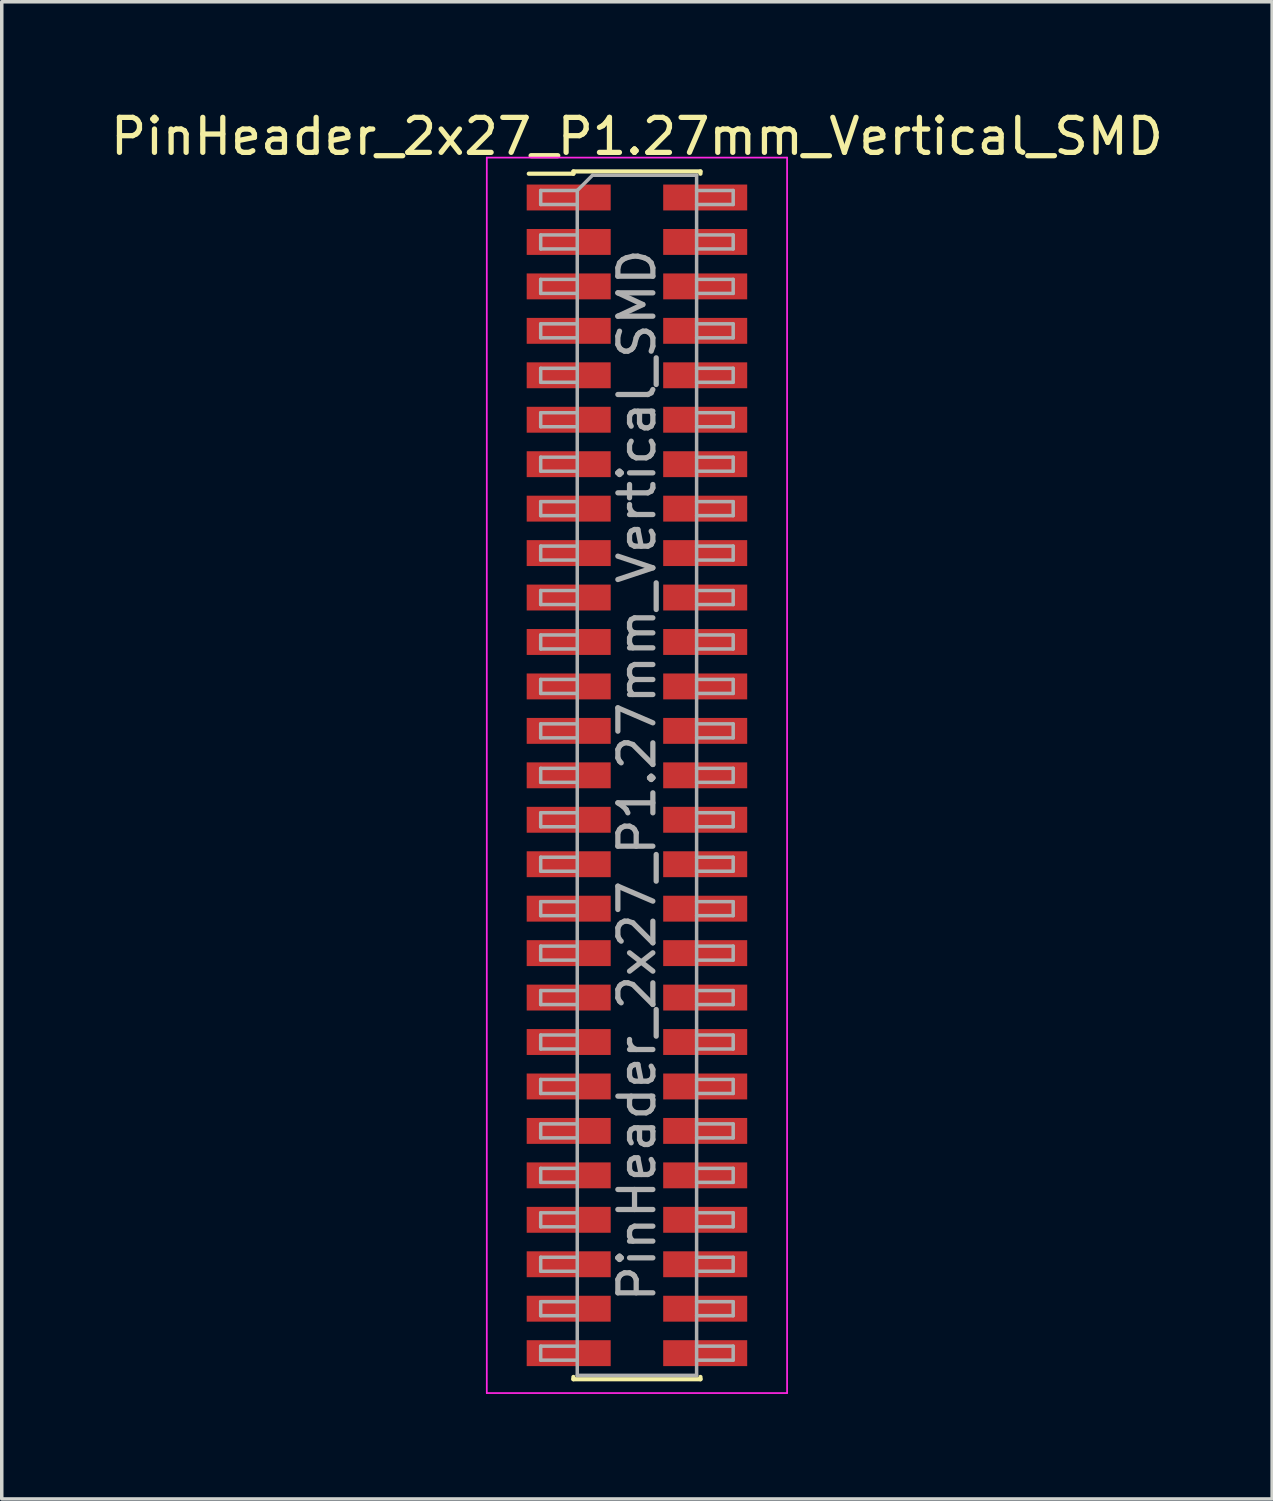
<source format=kicad_pcb>
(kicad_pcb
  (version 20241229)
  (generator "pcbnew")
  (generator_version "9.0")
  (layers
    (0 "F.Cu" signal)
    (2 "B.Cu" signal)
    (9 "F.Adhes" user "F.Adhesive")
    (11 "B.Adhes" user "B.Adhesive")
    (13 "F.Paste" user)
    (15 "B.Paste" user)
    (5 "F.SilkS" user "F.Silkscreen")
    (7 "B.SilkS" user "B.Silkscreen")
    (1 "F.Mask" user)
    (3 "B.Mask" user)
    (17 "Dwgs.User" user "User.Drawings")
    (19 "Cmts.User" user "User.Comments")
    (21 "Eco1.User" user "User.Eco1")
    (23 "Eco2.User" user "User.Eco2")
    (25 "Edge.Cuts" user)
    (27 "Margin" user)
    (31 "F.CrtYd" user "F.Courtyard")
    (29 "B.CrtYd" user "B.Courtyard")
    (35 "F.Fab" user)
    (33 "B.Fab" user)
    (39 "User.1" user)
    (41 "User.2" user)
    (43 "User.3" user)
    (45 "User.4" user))
  (footprint "PinHeader_2x27_P1.27mm_Vertical_SMD"
    (layer "F.Cu")
    (at 15.149 19.103)
    (property "Reference" "PinHeader_2x27_P1.27mm_Vertical_SMD" (at 0 -18.255 0) (layer "F.SilkS") (effects (font (size 1 1) (thickness 0.15))))
    (attr smd)
    (fp_line (start -3.09 -17.19) (end -1.815 -17.19) (stroke (width 0.12) (type solid)) (layer "F.SilkS"))
    (fp_line (start -1.815 -17.255) (end -1.815 -17.19) (stroke (width 0.12) (type solid)) (layer "F.SilkS"))
    (fp_line (start -1.815 -17.255) (end 1.815 -17.255) (stroke (width 0.12) (type solid)) (layer "F.SilkS"))
    (fp_line (start -1.815 17.19) (end -1.815 17.255) (stroke (width 0.12) (type solid)) (layer "F.SilkS"))
    (fp_line (start -1.815 17.255) (end 1.815 17.255) (stroke (width 0.12) (type solid)) (layer "F.SilkS"))
    (fp_line (start 1.815 -17.255) (end 1.815 -17.19) (stroke (width 0.12) (type solid)) (layer "F.SilkS"))
    (fp_line (start 1.815 17.19) (end 1.815 17.255) (stroke (width 0.12) (type solid)) (layer "F.SilkS"))
    (fp_line (start -4.29 -17.65) (end -4.29 17.65) (stroke (width 0.05) (type solid)) (layer "F.CrtYd"))
    (fp_line (start -4.29 17.65) (end 4.29 17.65) (stroke (width 0.05) (type solid)) (layer "F.CrtYd"))
    (fp_line (start 4.29 -17.65) (end -4.29 -17.65) (stroke (width 0.05) (type solid)) (layer "F.CrtYd"))
    (fp_line (start 4.29 17.65) (end 4.29 -17.65) (stroke (width 0.05) (type solid)) (layer "F.CrtYd"))
    (fp_line (start -2.75 -16.71) (end -2.75 -16.31) (stroke (width 0.1) (type solid)) (layer "F.Fab"))
    (fp_line (start -2.75 -16.31) (end -1.705 -16.31) (stroke (width 0.1) (type solid)) (layer "F.Fab"))
    (fp_line (start -2.75 -15.44) (end -2.75 -15.04) (stroke (width 0.1) (type solid)) (layer "F.Fab"))
    (fp_line (start -2.75 -15.04) (end -1.705 -15.04) (stroke (width 0.1) (type solid)) (layer "F.Fab"))
    (fp_line (start -2.75 -14.17) (end -2.75 -13.77) (stroke (width 0.1) (type solid)) (layer "F.Fab"))
    (fp_line (start -2.75 -13.77) (end -1.705 -13.77) (stroke (width 0.1) (type solid)) (layer "F.Fab"))
    (fp_line (start -2.75 -12.9) (end -2.75 -12.5) (stroke (width 0.1) (type solid)) (layer "F.Fab"))
    (fp_line (start -2.75 -12.5) (end -1.705 -12.5) (stroke (width 0.1) (type solid)) (layer "F.Fab"))
    (fp_line (start -2.75 -11.63) (end -2.75 -11.23) (stroke (width 0.1) (type solid)) (layer "F.Fab"))
    (fp_line (start -2.75 -11.23) (end -1.705 -11.23) (stroke (width 0.1) (type solid)) (layer "F.Fab"))
    (fp_line (start -2.75 -10.36) (end -2.75 -9.96) (stroke (width 0.1) (type solid)) (layer "F.Fab"))
    (fp_line (start -2.75 -9.96) (end -1.705 -9.96) (stroke (width 0.1) (type solid)) (layer "F.Fab"))
    (fp_line (start -2.75 -9.09) (end -2.75 -8.69) (stroke (width 0.1) (type solid)) (layer "F.Fab"))
    (fp_line (start -2.75 -8.69) (end -1.705 -8.69) (stroke (width 0.1) (type solid)) (layer "F.Fab"))
    (fp_line (start -2.75 -7.82) (end -2.75 -7.42) (stroke (width 0.1) (type solid)) (layer "F.Fab"))
    (fp_line (start -2.75 -7.42) (end -1.705 -7.42) (stroke (width 0.1) (type solid)) (layer "F.Fab"))
    (fp_line (start -2.75 -6.55) (end -2.75 -6.15) (stroke (width 0.1) (type solid)) (layer "F.Fab"))
    (fp_line (start -2.75 -6.15) (end -1.705 -6.15) (stroke (width 0.1) (type solid)) (layer "F.Fab"))
    (fp_line (start -2.75 -5.28) (end -2.75 -4.88) (stroke (width 0.1) (type solid)) (layer "F.Fab"))
    (fp_line (start -2.75 -4.88) (end -1.705 -4.88) (stroke (width 0.1) (type solid)) (layer "F.Fab"))
    (fp_line (start -2.75 -4.01) (end -2.75 -3.61) (stroke (width 0.1) (type solid)) (layer "F.Fab"))
    (fp_line (start -2.75 -3.61) (end -1.705 -3.61) (stroke (width 0.1) (type solid)) (layer "F.Fab"))
    (fp_line (start -2.75 -2.74) (end -2.75 -2.34) (stroke (width 0.1) (type solid)) (layer "F.Fab"))
    (fp_line (start -2.75 -2.34) (end -1.705 -2.34) (stroke (width 0.1) (type solid)) (layer "F.Fab"))
    (fp_line (start -2.75 -1.47) (end -2.75 -1.07) (stroke (width 0.1) (type solid)) (layer "F.Fab"))
    (fp_line (start -2.75 -1.07) (end -1.705 -1.07) (stroke (width 0.1) (type solid)) (layer "F.Fab"))
    (fp_line (start -2.75 -0.2) (end -2.75 0.2) (stroke (width 0.1) (type solid)) (layer "F.Fab"))
    (fp_line (start -2.75 0.2) (end -1.705 0.2) (stroke (width 0.1) (type solid)) (layer "F.Fab"))
    (fp_line (start -2.75 1.07) (end -2.75 1.47) (stroke (width 0.1) (type solid)) (layer "F.Fab"))
    (fp_line (start -2.75 1.47) (end -1.705 1.47) (stroke (width 0.1) (type solid)) (layer "F.Fab"))
    (fp_line (start -2.75 2.34) (end -2.75 2.74) (stroke (width 0.1) (type solid)) (layer "F.Fab"))
    (fp_line (start -2.75 2.74) (end -1.705 2.74) (stroke (width 0.1) (type solid)) (layer "F.Fab"))
    (fp_line (start -2.75 3.61) (end -2.75 4.01) (stroke (width 0.1) (type solid)) (layer "F.Fab"))
    (fp_line (start -2.75 4.01) (end -1.705 4.01) (stroke (width 0.1) (type solid)) (layer "F.Fab"))
    (fp_line (start -2.75 4.88) (end -2.75 5.28) (stroke (width 0.1) (type solid)) (layer "F.Fab"))
    (fp_line (start -2.75 5.28) (end -1.705 5.28) (stroke (width 0.1) (type solid)) (layer "F.Fab"))
    (fp_line (start -2.75 6.15) (end -2.75 6.55) (stroke (width 0.1) (type solid)) (layer "F.Fab"))
    (fp_line (start -2.75 6.55) (end -1.705 6.55) (stroke (width 0.1) (type solid)) (layer "F.Fab"))
    (fp_line (start -2.75 7.42) (end -2.75 7.82) (stroke (width 0.1) (type solid)) (layer "F.Fab"))
    (fp_line (start -2.75 7.82) (end -1.705 7.82) (stroke (width 0.1) (type solid)) (layer "F.Fab"))
    (fp_line (start -2.75 8.69) (end -2.75 9.09) (stroke (width 0.1) (type solid)) (layer "F.Fab"))
    (fp_line (start -2.75 9.09) (end -1.705 9.09) (stroke (width 0.1) (type solid)) (layer "F.Fab"))
    (fp_line (start -2.75 9.96) (end -2.75 10.36) (stroke (width 0.1) (type solid)) (layer "F.Fab"))
    (fp_line (start -2.75 10.36) (end -1.705 10.36) (stroke (width 0.1) (type solid)) (layer "F.Fab"))
    (fp_line (start -2.75 11.23) (end -2.75 11.63) (stroke (width 0.1) (type solid)) (layer "F.Fab"))
    (fp_line (start -2.75 11.63) (end -1.705 11.63) (stroke (width 0.1) (type solid)) (layer "F.Fab"))
    (fp_line (start -2.75 12.5) (end -2.75 12.9) (stroke (width 0.1) (type solid)) (layer "F.Fab"))
    (fp_line (start -2.75 12.9) (end -1.705 12.9) (stroke (width 0.1) (type solid)) (layer "F.Fab"))
    (fp_line (start -2.75 13.77) (end -2.75 14.17) (stroke (width 0.1) (type solid)) (layer "F.Fab"))
    (fp_line (start -2.75 14.17) (end -1.705 14.17) (stroke (width 0.1) (type solid)) (layer "F.Fab"))
    (fp_line (start -2.75 15.04) (end -2.75 15.44) (stroke (width 0.1) (type solid)) (layer "F.Fab"))
    (fp_line (start -2.75 15.44) (end -1.705 15.44) (stroke (width 0.1) (type solid)) (layer "F.Fab"))
    (fp_line (start -2.75 16.31) (end -2.75 16.71) (stroke (width 0.1) (type solid)) (layer "F.Fab"))
    (fp_line (start -2.75 16.71) (end -1.705 16.71) (stroke (width 0.1) (type solid)) (layer "F.Fab"))
    (fp_line (start -1.705 -16.71) (end -2.75 -16.71) (stroke (width 0.1) (type solid)) (layer "F.Fab"))
    (fp_line (start -1.705 -16.71) (end -1.27 -17.145) (stroke (width 0.1) (type solid)) (layer "F.Fab"))
    (fp_line (start -1.705 -15.44) (end -2.75 -15.44) (stroke (width 0.1) (type solid)) (layer "F.Fab"))
    (fp_line (start -1.705 -14.17) (end -2.75 -14.17) (stroke (width 0.1) (type solid)) (layer "F.Fab"))
    (fp_line (start -1.705 -12.9) (end -2.75 -12.9) (stroke (width 0.1) (type solid)) (layer "F.Fab"))
    (fp_line (start -1.705 -11.63) (end -2.75 -11.63) (stroke (width 0.1) (type solid)) (layer "F.Fab"))
    (fp_line (start -1.705 -10.36) (end -2.75 -10.36) (stroke (width 0.1) (type solid)) (layer "F.Fab"))
    (fp_line (start -1.705 -9.09) (end -2.75 -9.09) (stroke (width 0.1) (type solid)) (layer "F.Fab"))
    (fp_line (start -1.705 -7.82) (end -2.75 -7.82) (stroke (width 0.1) (type solid)) (layer "F.Fab"))
    (fp_line (start -1.705 -6.55) (end -2.75 -6.55) (stroke (width 0.1) (type solid)) (layer "F.Fab"))
    (fp_line (start -1.705 -5.28) (end -2.75 -5.28) (stroke (width 0.1) (type solid)) (layer "F.Fab"))
    (fp_line (start -1.705 -4.01) (end -2.75 -4.01) (stroke (width 0.1) (type solid)) (layer "F.Fab"))
    (fp_line (start -1.705 -2.74) (end -2.75 -2.74) (stroke (width 0.1) (type solid)) (layer "F.Fab"))
    (fp_line (start -1.705 -1.47) (end -2.75 -1.47) (stroke (width 0.1) (type solid)) (layer "F.Fab"))
    (fp_line (start -1.705 -0.2) (end -2.75 -0.2) (stroke (width 0.1) (type solid)) (layer "F.Fab"))
    (fp_line (start -1.705 1.07) (end -2.75 1.07) (stroke (width 0.1) (type solid)) (layer "F.Fab"))
    (fp_line (start -1.705 2.34) (end -2.75 2.34) (stroke (width 0.1) (type solid)) (layer "F.Fab"))
    (fp_line (start -1.705 3.61) (end -2.75 3.61) (stroke (width 0.1) (type solid)) (layer "F.Fab"))
    (fp_line (start -1.705 4.88) (end -2.75 4.88) (stroke (width 0.1) (type solid)) (layer "F.Fab"))
    (fp_line (start -1.705 6.15) (end -2.75 6.15) (stroke (width 0.1) (type solid)) (layer "F.Fab"))
    (fp_line (start -1.705 7.42) (end -2.75 7.42) (stroke (width 0.1) (type solid)) (layer "F.Fab"))
    (fp_line (start -1.705 8.69) (end -2.75 8.69) (stroke (width 0.1) (type solid)) (layer "F.Fab"))
    (fp_line (start -1.705 9.96) (end -2.75 9.96) (stroke (width 0.1) (type solid)) (layer "F.Fab"))
    (fp_line (start -1.705 11.23) (end -2.75 11.23) (stroke (width 0.1) (type solid)) (layer "F.Fab"))
    (fp_line (start -1.705 12.5) (end -2.75 12.5) (stroke (width 0.1) (type solid)) (layer "F.Fab"))
    (fp_line (start -1.705 13.77) (end -2.75 13.77) (stroke (width 0.1) (type solid)) (layer "F.Fab"))
    (fp_line (start -1.705 15.04) (end -2.75 15.04) (stroke (width 0.1) (type solid)) (layer "F.Fab"))
    (fp_line (start -1.705 16.31) (end -2.75 16.31) (stroke (width 0.1) (type solid)) (layer "F.Fab"))
    (fp_line (start -1.705 17.145) (end -1.705 -16.71) (stroke (width 0.1) (type solid)) (layer "F.Fab"))
    (fp_line (start -1.27 -17.145) (end 1.705 -17.145) (stroke (width 0.1) (type solid)) (layer "F.Fab"))
    (fp_line (start 1.705 -17.145) (end 1.705 17.145) (stroke (width 0.1) (type solid)) (layer "F.Fab"))
    (fp_line (start 1.705 -16.71) (end 2.75 -16.71) (stroke (width 0.1) (type solid)) (layer "F.Fab"))
    (fp_line (start 1.705 -15.44) (end 2.75 -15.44) (stroke (width 0.1) (type solid)) (layer "F.Fab"))
    (fp_line (start 1.705 -14.17) (end 2.75 -14.17) (stroke (width 0.1) (type solid)) (layer "F.Fab"))
    (fp_line (start 1.705 -12.9) (end 2.75 -12.9) (stroke (width 0.1) (type solid)) (layer "F.Fab"))
    (fp_line (start 1.705 -11.63) (end 2.75 -11.63) (stroke (width 0.1) (type solid)) (layer "F.Fab"))
    (fp_line (start 1.705 -10.36) (end 2.75 -10.36) (stroke (width 0.1) (type solid)) (layer "F.Fab"))
    (fp_line (start 1.705 -9.09) (end 2.75 -9.09) (stroke (width 0.1) (type solid)) (layer "F.Fab"))
    (fp_line (start 1.705 -7.82) (end 2.75 -7.82) (stroke (width 0.1) (type solid)) (layer "F.Fab"))
    (fp_line (start 1.705 -6.55) (end 2.75 -6.55) (stroke (width 0.1) (type solid)) (layer "F.Fab"))
    (fp_line (start 1.705 -5.28) (end 2.75 -5.28) (stroke (width 0.1) (type solid)) (layer "F.Fab"))
    (fp_line (start 1.705 -4.01) (end 2.75 -4.01) (stroke (width 0.1) (type solid)) (layer "F.Fab"))
    (fp_line (start 1.705 -2.74) (end 2.75 -2.74) (stroke (width 0.1) (type solid)) (layer "F.Fab"))
    (fp_line (start 1.705 -1.47) (end 2.75 -1.47) (stroke (width 0.1) (type solid)) (layer "F.Fab"))
    (fp_line (start 1.705 -0.2) (end 2.75 -0.2) (stroke (width 0.1) (type solid)) (layer "F.Fab"))
    (fp_line (start 1.705 1.07) (end 2.75 1.07) (stroke (width 0.1) (type solid)) (layer "F.Fab"))
    (fp_line (start 1.705 2.34) (end 2.75 2.34) (stroke (width 0.1) (type solid)) (layer "F.Fab"))
    (fp_line (start 1.705 3.61) (end 2.75 3.61) (stroke (width 0.1) (type solid)) (layer "F.Fab"))
    (fp_line (start 1.705 4.88) (end 2.75 4.88) (stroke (width 0.1) (type solid)) (layer "F.Fab"))
    (fp_line (start 1.705 6.15) (end 2.75 6.15) (stroke (width 0.1) (type solid)) (layer "F.Fab"))
    (fp_line (start 1.705 7.42) (end 2.75 7.42) (stroke (width 0.1) (type solid)) (layer "F.Fab"))
    (fp_line (start 1.705 8.69) (end 2.75 8.69) (stroke (width 0.1) (type solid)) (layer "F.Fab"))
    (fp_line (start 1.705 9.96) (end 2.75 9.96) (stroke (width 0.1) (type solid)) (layer "F.Fab"))
    (fp_line (start 1.705 11.23) (end 2.75 11.23) (stroke (width 0.1) (type solid)) (layer "F.Fab"))
    (fp_line (start 1.705 12.5) (end 2.75 12.5) (stroke (width 0.1) (type solid)) (layer "F.Fab"))
    (fp_line (start 1.705 13.77) (end 2.75 13.77) (stroke (width 0.1) (type solid)) (layer "F.Fab"))
    (fp_line (start 1.705 15.04) (end 2.75 15.04) (stroke (width 0.1) (type solid)) (layer "F.Fab"))
    (fp_line (start 1.705 16.31) (end 2.75 16.31) (stroke (width 0.1) (type solid)) (layer "F.Fab"))
    (fp_line (start 1.705 17.145) (end -1.705 17.145) (stroke (width 0.1) (type solid)) (layer "F.Fab"))
    (fp_line (start 2.75 -16.71) (end 2.75 -16.31) (stroke (width 0.1) (type solid)) (layer "F.Fab"))
    (fp_line (start 2.75 -16.31) (end 1.705 -16.31) (stroke (width 0.1) (type solid)) (layer "F.Fab"))
    (fp_line (start 2.75 -15.44) (end 2.75 -15.04) (stroke (width 0.1) (type solid)) (layer "F.Fab"))
    (fp_line (start 2.75 -15.04) (end 1.705 -15.04) (stroke (width 0.1) (type solid)) (layer "F.Fab"))
    (fp_line (start 2.75 -14.17) (end 2.75 -13.77) (stroke (width 0.1) (type solid)) (layer "F.Fab"))
    (fp_line (start 2.75 -13.77) (end 1.705 -13.77) (stroke (width 0.1) (type solid)) (layer "F.Fab"))
    (fp_line (start 2.75 -12.9) (end 2.75 -12.5) (stroke (width 0.1) (type solid)) (layer "F.Fab"))
    (fp_line (start 2.75 -12.5) (end 1.705 -12.5) (stroke (width 0.1) (type solid)) (layer "F.Fab"))
    (fp_line (start 2.75 -11.63) (end 2.75 -11.23) (stroke (width 0.1) (type solid)) (layer "F.Fab"))
    (fp_line (start 2.75 -11.23) (end 1.705 -11.23) (stroke (width 0.1) (type solid)) (layer "F.Fab"))
    (fp_line (start 2.75 -10.36) (end 2.75 -9.96) (stroke (width 0.1) (type solid)) (layer "F.Fab"))
    (fp_line (start 2.75 -9.96) (end 1.705 -9.96) (stroke (width 0.1) (type solid)) (layer "F.Fab"))
    (fp_line (start 2.75 -9.09) (end 2.75 -8.69) (stroke (width 0.1) (type solid)) (layer "F.Fab"))
    (fp_line (start 2.75 -8.69) (end 1.705 -8.69) (stroke (width 0.1) (type solid)) (layer "F.Fab"))
    (fp_line (start 2.75 -7.82) (end 2.75 -7.42) (stroke (width 0.1) (type solid)) (layer "F.Fab"))
    (fp_line (start 2.75 -7.42) (end 1.705 -7.42) (stroke (width 0.1) (type solid)) (layer "F.Fab"))
    (fp_line (start 2.75 -6.55) (end 2.75 -6.15) (stroke (width 0.1) (type solid)) (layer "F.Fab"))
    (fp_line (start 2.75 -6.15) (end 1.705 -6.15) (stroke (width 0.1) (type solid)) (layer "F.Fab"))
    (fp_line (start 2.75 -5.28) (end 2.75 -4.88) (stroke (width 0.1) (type solid)) (layer "F.Fab"))
    (fp_line (start 2.75 -4.88) (end 1.705 -4.88) (stroke (width 0.1) (type solid)) (layer "F.Fab"))
    (fp_line (start 2.75 -4.01) (end 2.75 -3.61) (stroke (width 0.1) (type solid)) (layer "F.Fab"))
    (fp_line (start 2.75 -3.61) (end 1.705 -3.61) (stroke (width 0.1) (type solid)) (layer "F.Fab"))
    (fp_line (start 2.75 -2.74) (end 2.75 -2.34) (stroke (width 0.1) (type solid)) (layer "F.Fab"))
    (fp_line (start 2.75 -2.34) (end 1.705 -2.34) (stroke (width 0.1) (type solid)) (layer "F.Fab"))
    (fp_line (start 2.75 -1.47) (end 2.75 -1.07) (stroke (width 0.1) (type solid)) (layer "F.Fab"))
    (fp_line (start 2.75 -1.07) (end 1.705 -1.07) (stroke (width 0.1) (type solid)) (layer "F.Fab"))
    (fp_line (start 2.75 -0.2) (end 2.75 0.2) (stroke (width 0.1) (type solid)) (layer "F.Fab"))
    (fp_line (start 2.75 0.2) (end 1.705 0.2) (stroke (width 0.1) (type solid)) (layer "F.Fab"))
    (fp_line (start 2.75 1.07) (end 2.75 1.47) (stroke (width 0.1) (type solid)) (layer "F.Fab"))
    (fp_line (start 2.75 1.47) (end 1.705 1.47) (stroke (width 0.1) (type solid)) (layer "F.Fab"))
    (fp_line (start 2.75 2.34) (end 2.75 2.74) (stroke (width 0.1) (type solid)) (layer "F.Fab"))
    (fp_line (start 2.75 2.74) (end 1.705 2.74) (stroke (width 0.1) (type solid)) (layer "F.Fab"))
    (fp_line (start 2.75 3.61) (end 2.75 4.01) (stroke (width 0.1) (type solid)) (layer "F.Fab"))
    (fp_line (start 2.75 4.01) (end 1.705 4.01) (stroke (width 0.1) (type solid)) (layer "F.Fab"))
    (fp_line (start 2.75 4.88) (end 2.75 5.28) (stroke (width 0.1) (type solid)) (layer "F.Fab"))
    (fp_line (start 2.75 5.28) (end 1.705 5.28) (stroke (width 0.1) (type solid)) (layer "F.Fab"))
    (fp_line (start 2.75 6.15) (end 2.75 6.55) (stroke (width 0.1) (type solid)) (layer "F.Fab"))
    (fp_line (start 2.75 6.55) (end 1.705 6.55) (stroke (width 0.1) (type solid)) (layer "F.Fab"))
    (fp_line (start 2.75 7.42) (end 2.75 7.82) (stroke (width 0.1) (type solid)) (layer "F.Fab"))
    (fp_line (start 2.75 7.82) (end 1.705 7.82) (stroke (width 0.1) (type solid)) (layer "F.Fab"))
    (fp_line (start 2.75 8.69) (end 2.75 9.09) (stroke (width 0.1) (type solid)) (layer "F.Fab"))
    (fp_line (start 2.75 9.09) (end 1.705 9.09) (stroke (width 0.1) (type solid)) (layer "F.Fab"))
    (fp_line (start 2.75 9.96) (end 2.75 10.36) (stroke (width 0.1) (type solid)) (layer "F.Fab"))
    (fp_line (start 2.75 10.36) (end 1.705 10.36) (stroke (width 0.1) (type solid)) (layer "F.Fab"))
    (fp_line (start 2.75 11.23) (end 2.75 11.63) (stroke (width 0.1) (type solid)) (layer "F.Fab"))
    (fp_line (start 2.75 11.63) (end 1.705 11.63) (stroke (width 0.1) (type solid)) (layer "F.Fab"))
    (fp_line (start 2.75 12.5) (end 2.75 12.9) (stroke (width 0.1) (type solid)) (layer "F.Fab"))
    (fp_line (start 2.75 12.9) (end 1.705 12.9) (stroke (width 0.1) (type solid)) (layer "F.Fab"))
    (fp_line (start 2.75 13.77) (end 2.75 14.17) (stroke (width 0.1) (type solid)) (layer "F.Fab"))
    (fp_line (start 2.75 14.17) (end 1.705 14.17) (stroke (width 0.1) (type solid)) (layer "F.Fab"))
    (fp_line (start 2.75 15.04) (end 2.75 15.44) (stroke (width 0.1) (type solid)) (layer "F.Fab"))
    (fp_line (start 2.75 15.44) (end 1.705 15.44) (stroke (width 0.1) (type solid)) (layer "F.Fab"))
    (fp_line (start 2.75 16.31) (end 2.75 16.71) (stroke (width 0.1) (type solid)) (layer "F.Fab"))
    (fp_line (start 2.75 16.71) (end 1.705 16.71) (stroke (width 0.1) (type solid)) (layer "F.Fab"))
    (fp_text user "${REFERENCE}" (at 0 0 90) (layer "F.Fab") (effects (font (size 1 1) (thickness 0.15))))
    (pad "1" smd rect (at -1.95 -16.51) (size 2.4 0.74) (layers "F.Cu" "F.Mask" "F.Paste"))
    (pad "2" smd rect (at 1.95 -16.51) (size 2.4 0.74) (layers "F.Cu" "F.Mask" "F.Paste"))
    (pad "3" smd rect (at -1.95 -15.24) (size 2.4 0.74) (layers "F.Cu" "F.Mask" "F.Paste"))
    (pad "4" smd rect (at 1.95 -15.24) (size 2.4 0.74) (layers "F.Cu" "F.Mask" "F.Paste"))
    (pad "5" smd rect (at -1.95 -13.97) (size 2.4 0.74) (layers "F.Cu" "F.Mask" "F.Paste"))
    (pad "6" smd rect (at 1.95 -13.97) (size 2.4 0.74) (layers "F.Cu" "F.Mask" "F.Paste"))
    (pad "7" smd rect (at -1.95 -12.7) (size 2.4 0.74) (layers "F.Cu" "F.Mask" "F.Paste"))
    (pad "8" smd rect (at 1.95 -12.7) (size 2.4 0.74) (layers "F.Cu" "F.Mask" "F.Paste"))
    (pad "9" smd rect (at -1.95 -11.43) (size 2.4 0.74) (layers "F.Cu" "F.Mask" "F.Paste"))
    (pad "10" smd rect (at 1.95 -11.43) (size 2.4 0.74) (layers "F.Cu" "F.Mask" "F.Paste"))
    (pad "11" smd rect (at -1.95 -10.16) (size 2.4 0.74) (layers "F.Cu" "F.Mask" "F.Paste"))
    (pad "12" smd rect (at 1.95 -10.16) (size 2.4 0.74) (layers "F.Cu" "F.Mask" "F.Paste"))
    (pad "13" smd rect (at -1.95 -8.89) (size 2.4 0.74) (layers "F.Cu" "F.Mask" "F.Paste"))
    (pad "14" smd rect (at 1.95 -8.89) (size 2.4 0.74) (layers "F.Cu" "F.Mask" "F.Paste"))
    (pad "15" smd rect (at -1.95 -7.62) (size 2.4 0.74) (layers "F.Cu" "F.Mask" "F.Paste"))
    (pad "16" smd rect (at 1.95 -7.62) (size 2.4 0.74) (layers "F.Cu" "F.Mask" "F.Paste"))
    (pad "17" smd rect (at -1.95 -6.35) (size 2.4 0.74) (layers "F.Cu" "F.Mask" "F.Paste"))
    (pad "18" smd rect (at 1.95 -6.35) (size 2.4 0.74) (layers "F.Cu" "F.Mask" "F.Paste"))
    (pad "19" smd rect (at -1.95 -5.08) (size 2.4 0.74) (layers "F.Cu" "F.Mask" "F.Paste"))
    (pad "20" smd rect (at 1.95 -5.08) (size 2.4 0.74) (layers "F.Cu" "F.Mask" "F.Paste"))
    (pad "21" smd rect (at -1.95 -3.81) (size 2.4 0.74) (layers "F.Cu" "F.Mask" "F.Paste"))
    (pad "22" smd rect (at 1.95 -3.81) (size 2.4 0.74) (layers "F.Cu" "F.Mask" "F.Paste"))
    (pad "23" smd rect (at -1.95 -2.54) (size 2.4 0.74) (layers "F.Cu" "F.Mask" "F.Paste"))
    (pad "24" smd rect (at 1.95 -2.54) (size 2.4 0.74) (layers "F.Cu" "F.Mask" "F.Paste"))
    (pad "25" smd rect (at -1.95 -1.27) (size 2.4 0.74) (layers "F.Cu" "F.Mask" "F.Paste"))
    (pad "26" smd rect (at 1.95 -1.27) (size 2.4 0.74) (layers "F.Cu" "F.Mask" "F.Paste"))
    (pad "27" smd rect (at -1.95 0) (size 2.4 0.74) (layers "F.Cu" "F.Mask" "F.Paste"))
    (pad "28" smd rect (at 1.95 0) (size 2.4 0.74) (layers "F.Cu" "F.Mask" "F.Paste"))
    (pad "29" smd rect (at -1.95 1.27) (size 2.4 0.74) (layers "F.Cu" "F.Mask" "F.Paste"))
    (pad "30" smd rect (at 1.95 1.27) (size 2.4 0.74) (layers "F.Cu" "F.Mask" "F.Paste"))
    (pad "31" smd rect (at -1.95 2.54) (size 2.4 0.74) (layers "F.Cu" "F.Mask" "F.Paste"))
    (pad "32" smd rect (at 1.95 2.54) (size 2.4 0.74) (layers "F.Cu" "F.Mask" "F.Paste"))
    (pad "33" smd rect (at -1.95 3.81) (size 2.4 0.74) (layers "F.Cu" "F.Mask" "F.Paste"))
    (pad "34" smd rect (at 1.95 3.81) (size 2.4 0.74) (layers "F.Cu" "F.Mask" "F.Paste"))
    (pad "35" smd rect (at -1.95 5.08) (size 2.4 0.74) (layers "F.Cu" "F.Mask" "F.Paste"))
    (pad "36" smd rect (at 1.95 5.08) (size 2.4 0.74) (layers "F.Cu" "F.Mask" "F.Paste"))
    (pad "37" smd rect (at -1.95 6.35) (size 2.4 0.74) (layers "F.Cu" "F.Mask" "F.Paste"))
    (pad "38" smd rect (at 1.95 6.35) (size 2.4 0.74) (layers "F.Cu" "F.Mask" "F.Paste"))
    (pad "39" smd rect (at -1.95 7.62) (size 2.4 0.74) (layers "F.Cu" "F.Mask" "F.Paste"))
    (pad "40" smd rect (at 1.95 7.62) (size 2.4 0.74) (layers "F.Cu" "F.Mask" "F.Paste"))
    (pad "41" smd rect (at -1.95 8.89) (size 2.4 0.74) (layers "F.Cu" "F.Mask" "F.Paste"))
    (pad "42" smd rect (at 1.95 8.89) (size 2.4 0.74) (layers "F.Cu" "F.Mask" "F.Paste"))
    (pad "43" smd rect (at -1.95 10.16) (size 2.4 0.74) (layers "F.Cu" "F.Mask" "F.Paste"))
    (pad "44" smd rect (at 1.95 10.16) (size 2.4 0.74) (layers "F.Cu" "F.Mask" "F.Paste"))
    (pad "45" smd rect (at -1.95 11.43) (size 2.4 0.74) (layers "F.Cu" "F.Mask" "F.Paste"))
    (pad "46" smd rect (at 1.95 11.43) (size 2.4 0.74) (layers "F.Cu" "F.Mask" "F.Paste"))
    (pad "47" smd rect (at -1.95 12.7) (size 2.4 0.74) (layers "F.Cu" "F.Mask" "F.Paste"))
    (pad "48" smd rect (at 1.95 12.7) (size 2.4 0.74) (layers "F.Cu" "F.Mask" "F.Paste"))
    (pad "49" smd rect (at -1.95 13.97) (size 2.4 0.74) (layers "F.Cu" "F.Mask" "F.Paste"))
    (pad "50" smd rect (at 1.95 13.97) (size 2.4 0.74) (layers "F.Cu" "F.Mask" "F.Paste"))
    (pad "51" smd rect (at -1.95 15.24) (size 2.4 0.74) (layers "F.Cu" "F.Mask" "F.Paste"))
    (pad "52" smd rect (at 1.95 15.24) (size 2.4 0.74) (layers "F.Cu" "F.Mask" "F.Paste"))
    (pad "53" smd rect (at -1.95 16.51) (size 2.4 0.74) (layers "F.Cu" "F.Mask" "F.Paste"))
    (pad "54" smd rect (at 1.95 16.51) (size 2.4 0.74) (layers "F.Cu" "F.Mask" "F.Paste")))
  (gr_rect
    (start -3 -3)
    (end 33.298 39.778)
    (stroke (width 0.1) (type default))
    (fill no)
    (layer "Edge.Cuts")))
</source>
